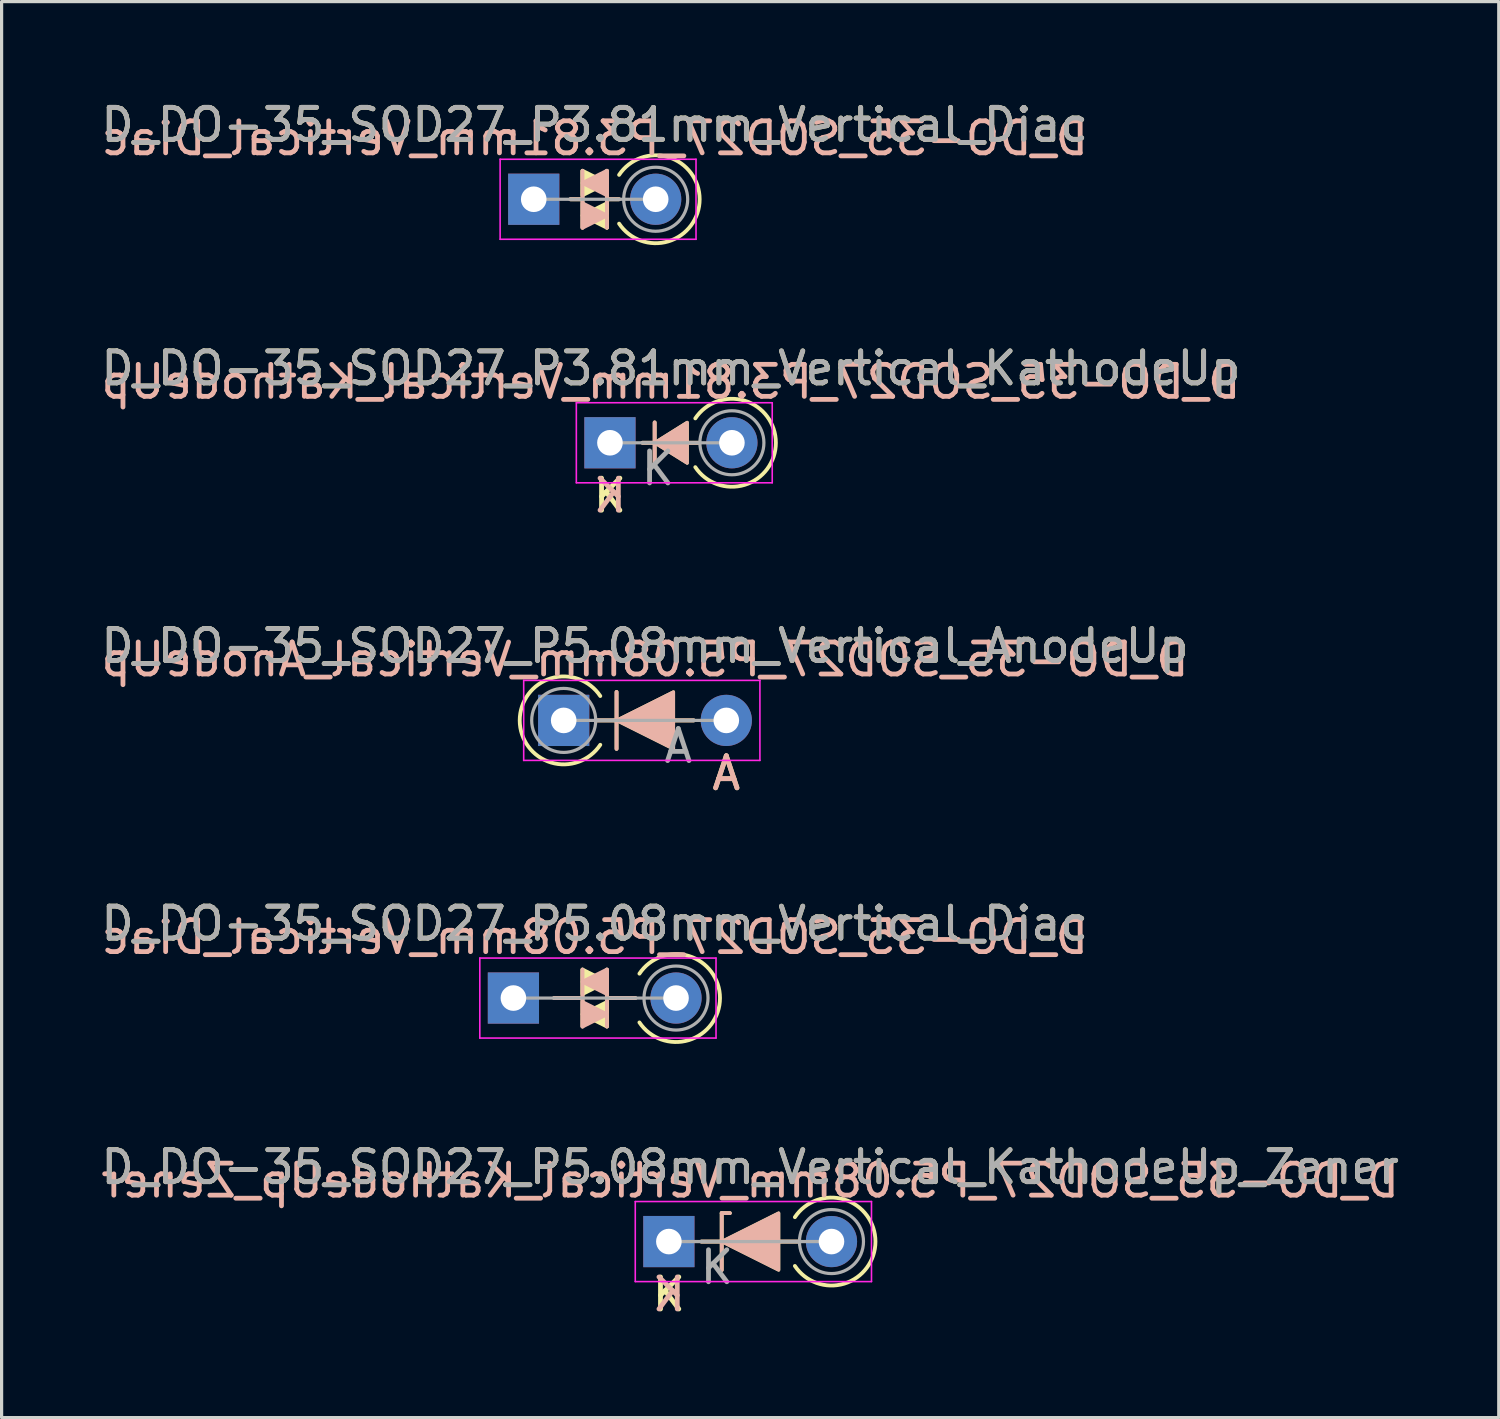
<source format=kicad_pcb>
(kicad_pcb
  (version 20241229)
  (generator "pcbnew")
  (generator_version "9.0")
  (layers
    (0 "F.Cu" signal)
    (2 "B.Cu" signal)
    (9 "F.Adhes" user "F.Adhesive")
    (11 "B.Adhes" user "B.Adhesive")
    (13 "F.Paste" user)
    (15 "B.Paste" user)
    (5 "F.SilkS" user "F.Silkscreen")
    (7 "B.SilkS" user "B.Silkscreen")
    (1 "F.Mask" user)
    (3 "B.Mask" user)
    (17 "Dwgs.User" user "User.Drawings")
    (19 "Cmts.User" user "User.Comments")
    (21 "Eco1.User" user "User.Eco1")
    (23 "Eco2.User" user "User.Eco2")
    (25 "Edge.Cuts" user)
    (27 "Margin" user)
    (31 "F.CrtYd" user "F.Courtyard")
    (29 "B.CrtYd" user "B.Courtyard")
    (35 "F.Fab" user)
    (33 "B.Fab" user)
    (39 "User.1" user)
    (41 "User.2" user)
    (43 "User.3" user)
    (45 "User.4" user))
  (footprint "D_DO-35_SOD27_P3.81mm_Vertical_Diac"
    (layer "F.Cu")
    (at 13.625 3.175)
    (property "Reference" "D_DO-35_SOD27_P3.81mm_Vertical_Diac" (at 1.905 -2.326 0) (layer "F.SilkS") (effects (font (size 1 1) (thickness 0.15))))
    (fp_line (start 1.143 0) (end 1.524 0) (stroke (width 0.12) (type solid)) (layer "F.SilkS"))
    (fp_line (start 1.524 -0.889) (end 1.524 0.889) (stroke (width 0.12) (type solid)) (layer "F.SilkS"))
    (fp_line (start 2.286 -0.889) (end 2.286 0.889) (stroke (width 0.12) (type solid)) (layer "F.SilkS"))
    (fp_line (start 2.667 0) (end 2.286 0) (stroke (width 0.12) (type solid)) (layer "F.SilkS"))
    (fp_arc (start 2.667 -0.761998) (mid 5.183713 0.000001) (end 2.667 0.762) (stroke (width 0.12) (type solid)) (layer "F.SilkS"))
    (fp_poly (pts (xy 2.286 -0.508) (xy 1.524 -0.127) (xy 1.524 -0.889)) (stroke (width 0.12) (type solid)) (fill yes) (layer "F.SilkS"))
    (fp_poly (pts (xy 2.286 0.889) (xy 1.524 0.508) (xy 2.286 0.127)) (stroke (width 0.12) (type solid)) (fill yes) (layer "F.SilkS"))
    (fp_line (start 1.143 0) (end 1.524 0) (stroke (width 0.12) (type solid)) (layer "B.SilkS"))
    (fp_line (start 1.524 0.889) (end 1.524 -0.889) (stroke (width 0.12) (type solid)) (layer "B.SilkS"))
    (fp_line (start 2.286 0.889) (end 2.286 -0.889) (stroke (width 0.12) (type solid)) (layer "B.SilkS"))
    (fp_line (start 2.667 0) (end 2.286 0) (stroke (width 0.12) (type solid)) (layer "B.SilkS"))
    (fp_poly (pts (xy 2.286 -0.889) (xy 1.524 -0.508) (xy 2.286 -0.127)) (stroke (width 0.12) (type solid)) (fill yes) (layer "B.SilkS"))
    (fp_poly (pts (xy 2.286 0.508) (xy 1.524 0.127) (xy 1.524 0.889)) (stroke (width 0.12) (type solid)) (fill yes) (layer "B.SilkS"))
    (fp_line (start -1.05 -1.25) (end -1.05 1.25) (stroke (width 0.05) (type solid)) (layer "F.CrtYd"))
    (fp_line (start -1.05 1.25) (end 5.07 1.25) (stroke (width 0.05) (type solid)) (layer "F.CrtYd"))
    (fp_line (start 5.07 -1.25) (end -1.05 -1.25) (stroke (width 0.05) (type solid)) (layer "F.CrtYd"))
    (fp_line (start 5.07 1.25) (end 5.07 -1.25) (stroke (width 0.05) (type solid)) (layer "F.CrtYd"))
    (fp_line (start 0 0) (end 3.81 0) (stroke (width 0.1) (type solid)) (layer "F.Fab"))
    (fp_circle (center 3.81 0) (end 4.81 0) (stroke (width 0.1) (type solid)) (fill no) (layer "F.Fab"))
    (fp_text user "${REFERENCE}" (at 1.905 -1.905 0) (layer "B.SilkS") (effects (font (size 1 1) (thickness 0.15)) (justify mirror)))
    (fp_text user "${REFERENCE}" (at 1.905 -2.326 0) (layer "F.Fab") (effects (font (size 1 1) (thickness 0.15))))
    (pad "1" thru_hole rect (at 0 0) (size 1.6 1.6) (drill 0.8) (layers "*.Cu" "*.Mask"))
    (pad "2" thru_hole oval (at 3.81 0) (size 1.6 1.6) (drill 0.8) (layers "*.Cu" "*.Mask")))
  (footprint "D_DO-35_SOD27_P5.08mm_Vertical_Diac"
    (layer "F.Cu")
    (at 12.99 28.131)
    (property "Reference" "D_DO-35_SOD27_P5.08mm_Vertical_Diac" (at 2.54 -2.326 0) (layer "F.SilkS") (effects (font (size 1 1) (thickness 0.15))))
    (fp_line (start 1.27 0) (end 2.159 0) (stroke (width 0.12) (type solid)) (layer "F.SilkS"))
    (fp_line (start 2.159 -0.889) (end 2.159 0.889) (stroke (width 0.12) (type solid)) (layer "F.SilkS"))
    (fp_line (start 2.921 -0.889) (end 2.921 0.889) (stroke (width 0.12) (type solid)) (layer "F.SilkS"))
    (fp_line (start 3.81 0) (end 2.921 0) (stroke (width 0.12) (type solid)) (layer "F.SilkS"))
    (fp_arc (start 3.937 -0.761998) (mid 6.453713 0.000001) (end 3.937 0.762) (stroke (width 0.12) (type solid)) (layer "F.SilkS"))
    (fp_poly (pts (xy 2.921 -0.508) (xy 2.159 -0.127) (xy 2.159 -0.889)) (stroke (width 0.12) (type solid)) (fill yes) (layer "F.SilkS"))
    (fp_poly (pts (xy 2.921 0.889) (xy 2.159 0.508) (xy 2.921 0.127)) (stroke (width 0.12) (type solid)) (fill yes) (layer "F.SilkS"))
    (fp_line (start 1.27 0) (end 2.159 0) (stroke (width 0.12) (type solid)) (layer "B.SilkS"))
    (fp_line (start 2.159 0.889) (end 2.159 -0.889) (stroke (width 0.12) (type solid)) (layer "B.SilkS"))
    (fp_line (start 2.921 0.889) (end 2.921 -0.889) (stroke (width 0.12) (type solid)) (layer "B.SilkS"))
    (fp_line (start 3.81 0) (end 2.921 0) (stroke (width 0.12) (type solid)) (layer "B.SilkS"))
    (fp_poly (pts (xy 2.921 -0.889) (xy 2.159 -0.508) (xy 2.921 -0.127)) (stroke (width 0.12) (type solid)) (fill yes) (layer "B.SilkS"))
    (fp_poly (pts (xy 2.921 0.508) (xy 2.159 0.127) (xy 2.159 0.889)) (stroke (width 0.12) (type solid)) (fill yes) (layer "B.SilkS"))
    (fp_line (start -1.05 -1.25) (end -1.05 1.25) (stroke (width 0.05) (type solid)) (layer "F.CrtYd"))
    (fp_line (start -1.05 1.25) (end 6.33 1.25) (stroke (width 0.05) (type solid)) (layer "F.CrtYd"))
    (fp_line (start 6.33 -1.25) (end -1.05 -1.25) (stroke (width 0.05) (type solid)) (layer "F.CrtYd"))
    (fp_line (start 6.33 1.25) (end 6.33 -1.25) (stroke (width 0.05) (type solid)) (layer "F.CrtYd"))
    (fp_line (start 0 0) (end 5.08 0) (stroke (width 0.1) (type solid)) (layer "F.Fab"))
    (fp_circle (center 5.08 0) (end 6.08 0) (stroke (width 0.1) (type solid)) (fill no) (layer "F.Fab"))
    (fp_text user "${REFERENCE}" (at 2.54 -1.905 0) (layer "B.SilkS") (effects (font (size 1 1) (thickness 0.15)) (justify mirror)))
    (fp_text user "${REFERENCE}" (at 2.54 -2.326 0) (layer "F.Fab") (effects (font (size 1 1) (thickness 0.15))))
    (pad "1" thru_hole rect (at 0 0) (size 1.6 1.6) (drill 0.8) (layers "*.Cu" "*.Mask"))
    (pad "2" thru_hole oval (at 5.08 0) (size 1.6 1.6) (drill 0.8) (layers "*.Cu" "*.Mask")))
  (footprint "D_DO-35_SOD27_P5.08mm_Vertical_KathodeUp_Zener"
    (layer "F.Cu")
    (at 17.847 35.739)
    (property "Reference" "D_DO-35_SOD27_P5.08mm_Vertical_KathodeUp_Zener" (at 2.54 -2.326 0) (layer "F.SilkS") (effects (font (size 1 1) (thickness 0.15))))
    (fp_line (start 1.651 -0.889) (end 1.651 0.889) (stroke (width 0.12) (type solid)) (layer "F.SilkS"))
    (fp_line (start 1.651 -0.889) (end 1.905 -0.889) (stroke (width 0.12) (type solid)) (layer "F.SilkS"))
    (fp_line (start 4.064 0) (end 1.016 0) (stroke (width 0.12) (type solid)) (layer "F.SilkS"))
    (fp_arc (start 3.937 -0.761998) (mid 6.453713 0.000001) (end 3.937 0.762) (stroke (width 0.12) (type solid)) (layer "F.SilkS"))
    (fp_poly (pts (xy 3.429 0.889) (xy 1.651 0) (xy 3.429 -0.889)) (stroke (width 0.1) (type solid)) (fill yes) (layer "F.SilkS"))
    (fp_line (start 1.651 -0.889) (end 1.905 -0.889) (stroke (width 0.12) (type solid)) (layer "B.SilkS"))
    (fp_line (start 1.651 0.889) (end 1.651 -0.889) (stroke (width 0.12) (type solid)) (layer "B.SilkS"))
    (fp_line (start 4.064 0) (end 1.016 0) (stroke (width 0.12) (type solid)) (layer "B.SilkS"))
    (fp_poly (pts (xy 3.429 -0.889) (xy 1.651 0) (xy 3.429 0.889)) (stroke (width 0.1) (type solid)) (fill yes) (layer "B.SilkS"))
    (fp_line (start -1.05 -1.25) (end -1.05 1.25) (stroke (width 0.05) (type solid)) (layer "F.CrtYd"))
    (fp_line (start -1.05 1.25) (end 6.33 1.25) (stroke (width 0.05) (type solid)) (layer "F.CrtYd"))
    (fp_line (start 6.33 -1.25) (end -1.05 -1.25) (stroke (width 0.05) (type solid)) (layer "F.CrtYd"))
    (fp_line (start 6.33 1.25) (end 6.33 -1.25) (stroke (width 0.05) (type solid)) (layer "F.CrtYd"))
    (fp_line (start 0 0) (end 5.08 0) (stroke (width 0.1) (type solid)) (layer "F.Fab"))
    (fp_circle (center 5.08 0) (end 6.08 0) (stroke (width 0.1) (type solid)) (fill no) (layer "F.Fab"))
    (fp_text user "K" (at 0 1.651 0) (layer "F.SilkS") (effects (font (size 1 1) (thickness 0.15))))
    (fp_text user "${REFERENCE}" (at 2.54 -1.905 0) (layer "B.SilkS") (effects (font (size 1 1) (thickness 0.15)) (justify mirror)))
    (fp_text user "K" (at 0 1.651 0) (layer "B.SilkS") (effects (font (size 1 1) (thickness 0.15)) (justify mirror)))
    (fp_text user "${REFERENCE}" (at 2.54 -2.326 0) (layer "F.Fab") (effects (font (size 1 1) (thickness 0.15))))
    (fp_text user "K" (at 1.5 0.8 0) (layer "F.Fab") (effects (font (size 1 1) (thickness 0.15))))
    (pad "1" thru_hole rect (at 0 0) (size 1.6 1.6) (drill 0.8) (layers "*.Cu" "*.Mask"))
    (pad "2" thru_hole oval (at 5.08 0) (size 1.6 1.6) (drill 0.8) (layers "*.Cu" "*.Mask")))
  (footprint "D_DO-35_SOD27_P3.81mm_Vertical_KathodeUp"
    (layer "F.Cu")
    (at 16.006 10.783)
    (property "Reference" "D_DO-35_SOD27_P3.81mm_Vertical_KathodeUp" (at 1.905 -2.326 0) (layer "F.SilkS") (effects (font (size 1 1) (thickness 0.15))))
    (fp_line (start 1.397 -0.635) (end 1.397 0.635) (stroke (width 0.12) (type solid)) (layer "F.SilkS"))
    (fp_line (start 2.794 0) (end 1.016 0) (stroke (width 0.12) (type solid)) (layer "F.SilkS"))
    (fp_arc (start 2.667 -0.761998) (mid 5.183713 0.000001) (end 2.667 0.762) (stroke (width 0.12) (type solid)) (layer "F.SilkS"))
    (fp_poly (pts (xy 2.413 0.635) (xy 1.397 0) (xy 2.413 -0.635)) (stroke (width 0.1) (type solid)) (fill yes) (layer "F.SilkS"))
    (fp_line (start 1.397 0.635) (end 1.397 -0.635) (stroke (width 0.12) (type solid)) (layer "B.SilkS"))
    (fp_line (start 2.794 0) (end 1.016 0) (stroke (width 0.12) (type solid)) (layer "B.SilkS"))
    (fp_poly (pts (xy 2.413 -0.635) (xy 1.397 0) (xy 2.413 0.635)) (stroke (width 0.1) (type solid)) (fill yes) (layer "B.SilkS"))
    (fp_line (start -1.05 -1.25) (end -1.05 1.25) (stroke (width 0.05) (type solid)) (layer "F.CrtYd"))
    (fp_line (start -1.05 1.25) (end 5.07 1.25) (stroke (width 0.05) (type solid)) (layer "F.CrtYd"))
    (fp_line (start 5.07 -1.25) (end -1.05 -1.25) (stroke (width 0.05) (type solid)) (layer "F.CrtYd"))
    (fp_line (start 5.07 1.25) (end 5.07 -1.25) (stroke (width 0.05) (type solid)) (layer "F.CrtYd"))
    (fp_line (start 0 0) (end 3.81 0) (stroke (width 0.1) (type solid)) (layer "F.Fab"))
    (fp_circle (center 3.81 0) (end 4.81 0) (stroke (width 0.1) (type solid)) (fill no) (layer "F.Fab"))
    (fp_text user "K" (at 0 1.651 0) (layer "F.SilkS") (effects (font (size 1 1) (thickness 0.15))))
    (fp_text user "${REFERENCE}" (at 1.905 -1.905 0) (layer "B.SilkS") (effects (font (size 1 1) (thickness 0.15)) (justify mirror)))
    (fp_text user "K" (at 0 1.651 0) (layer "B.SilkS") (effects (font (size 1 1) (thickness 0.15)) (justify mirror)))
    (fp_text user "K" (at 1.5 0.8 0) (layer "F.Fab") (effects (font (size 1 1) (thickness 0.15))))
    (fp_text user "${REFERENCE}" (at 1.905 -2.326 0) (layer "F.Fab") (effects (font (size 1 1) (thickness 0.15))))
    (pad "1" thru_hole rect (at 0 0) (size 1.6 1.6) (drill 0.8) (layers "*.Cu" "*.Mask"))
    (pad "2" thru_hole oval (at 3.81 0) (size 1.6 1.6) (drill 0.8) (layers "*.Cu" "*.Mask")))
  (footprint "D_DO-35_SOD27_P5.08mm_Vertical_AnodeUp"
    (layer "F.Cu")
    (at 14.561 19.457)
    (property "Reference" "D_DO-35_SOD27_P5.08mm_Vertical_AnodeUp" (at 2.54 -2.326 0) (layer "F.SilkS") (effects (font (size 1 1) (thickness 0.15))))
    (fp_line (start 1.651 -0.889) (end 1.651 0.889) (stroke (width 0.12) (type solid)) (layer "F.SilkS"))
    (fp_line (start 4.064 0) (end 1.016 0) (stroke (width 0.12) (type solid)) (layer "F.SilkS"))
    (fp_arc (start 1.142999 0.761999) (mid -1.373714 0) (end 1.142999 -0.761999) (stroke (width 0.12) (type solid)) (layer "F.SilkS"))
    (fp_poly (pts (xy 3.429 0.889) (xy 1.651 0) (xy 3.429 -0.889)) (stroke (width 0.1) (type solid)) (fill yes) (layer "F.SilkS"))
    (fp_line (start 1.651 0.889) (end 1.651 -0.889) (stroke (width 0.12) (type solid)) (layer "B.SilkS"))
    (fp_line (start 4.064 0) (end 1.016 0) (stroke (width 0.12) (type solid)) (layer "B.SilkS"))
    (fp_poly (pts (xy 3.429 -0.889) (xy 1.651 0) (xy 3.429 0.889)) (stroke (width 0.1) (type solid)) (fill yes) (layer "B.SilkS"))
    (fp_line (start -1.25 -1.25) (end -1.25 1.25) (stroke (width 0.05) (type solid)) (layer "F.CrtYd"))
    (fp_line (start -1.25 1.25) (end 6.13 1.25) (stroke (width 0.05) (type solid)) (layer "F.CrtYd"))
    (fp_line (start 6.13 -1.25) (end -1.25 -1.25) (stroke (width 0.05) (type solid)) (layer "F.CrtYd"))
    (fp_line (start 6.13 1.25) (end 6.13 -1.25) (stroke (width 0.05) (type solid)) (layer "F.CrtYd"))
    (fp_line (start 0 0) (end 5.08 0) (stroke (width 0.1) (type solid)) (layer "F.Fab"))
    (fp_circle (center 0 0) (end 1 0) (stroke (width 0.1) (type solid)) (fill no) (layer "F.Fab"))
    (fp_text user "A" (at 5.08 1.651 0) (layer "F.SilkS") (effects (font (size 1 1) (thickness 0.15))))
    (fp_text user "${REFERENCE}" (at 2.54 -1.905 0) (layer "B.SilkS") (effects (font (size 1 1) (thickness 0.15)) (justify mirror)))
    (fp_text user "A" (at 5.08 1.651 0) (layer "B.SilkS") (effects (font (size 1 1) (thickness 0.15)) (justify mirror)))
    (fp_text user "A" (at 3.58 0.8 0) (layer "F.Fab") (effects (font (size 1 1) (thickness 0.15))))
    (fp_text user "${REFERENCE}" (at 2.54 -2.326 0) (layer "F.Fab") (effects (font (size 1 1) (thickness 0.15))))
    (pad "1" thru_hole rect (at 0 0) (size 1.6 1.6) (drill 0.8) (layers "*.Cu" "*.Mask"))
    (pad "2" thru_hole oval (at 5.08 0) (size 1.6 1.6) (drill 0.8) (layers "*.Cu" "*.Mask")))
  (gr_rect
    (start -3 -3)
    (end 43.774 41.238)
    (stroke (width 0.1) (type default))
    (fill no)
    (layer "Edge.Cuts")))
</source>
